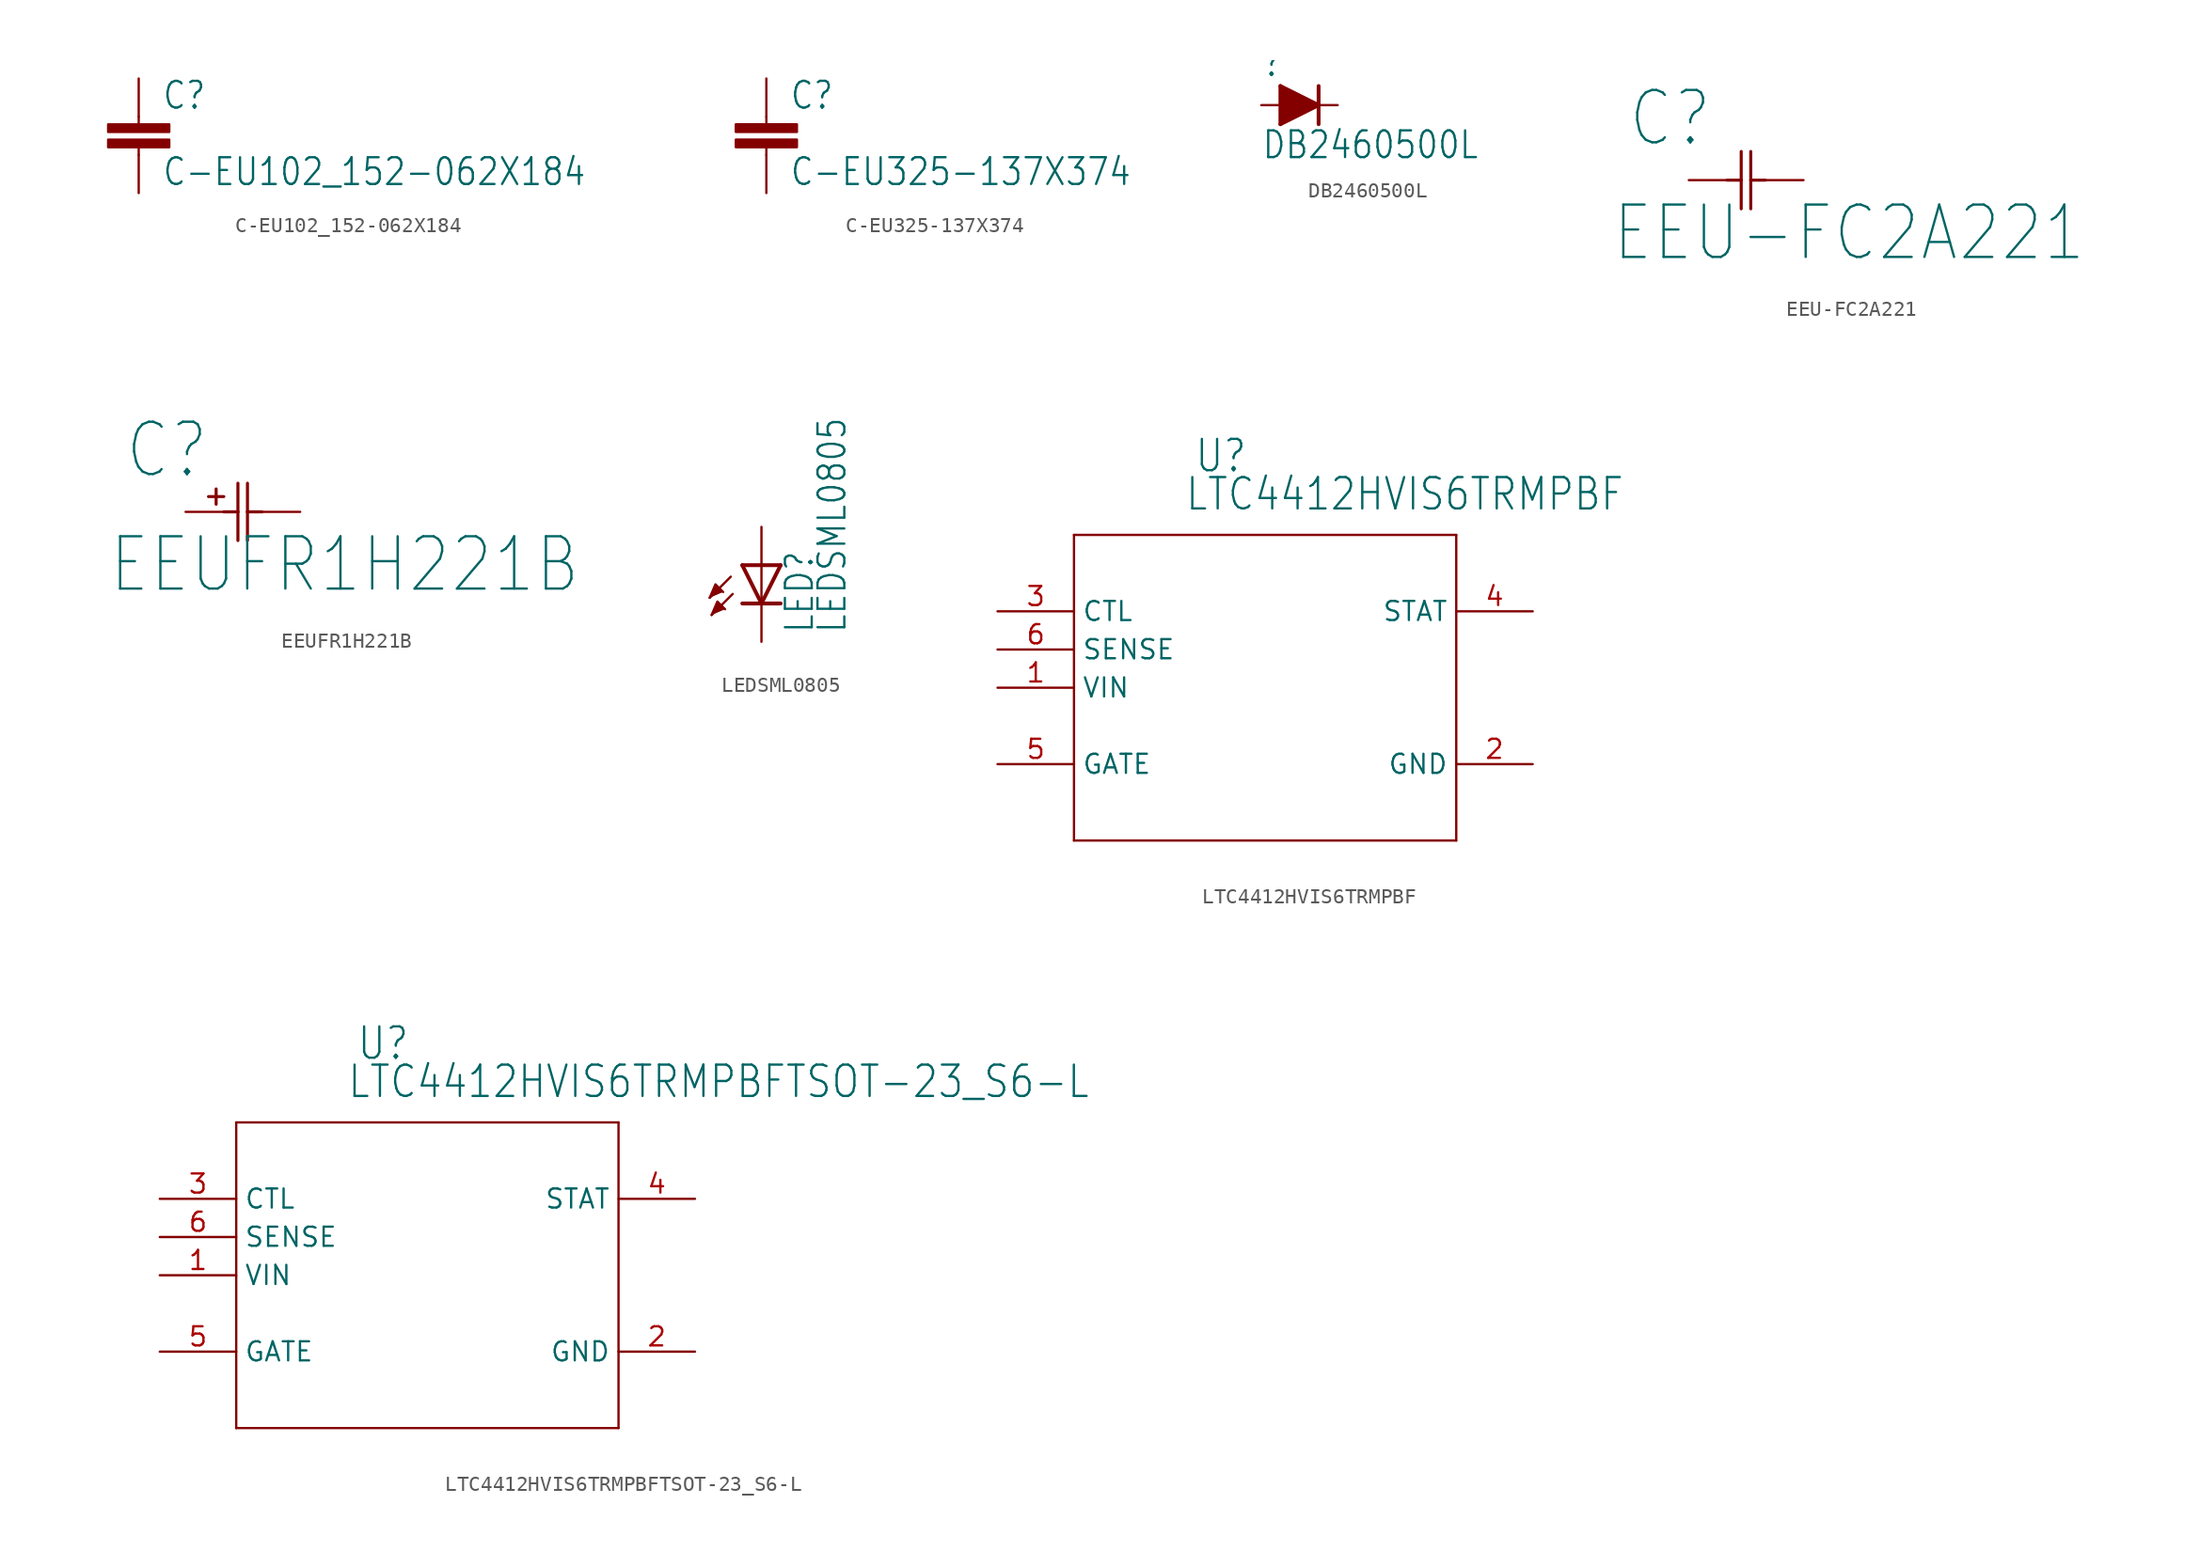
<source format=kicad_sym>
(kicad_symbol_lib
  (version 20211014)
  (generator kicad_symbol_editor)
  (symbol "C-EU102_152-062X184"
    (property "Reference" "C"
      (at 1.524 0.381 0)
      (effects (font (size 1.778 1.511)) (justify left bottom)))
    (property "Value" "C-EU102_152-062X184"
      (at 1.524 -4.699 0)
      (effects (font (size 1.778 1.511)) (justify left bottom)))
    (property "ki_locked" ""
      (at 0 0 0)
      (effects (font (size 1.27 1.27))))
    (symbol "C-EU102_152-062X184_1_0"
      (rectangle (start -2.032 -2.032) (end 2.032 -1.524) (stroke (width 0) (type default) (color 0 0 0 0)) (fill (type outline)))
      (rectangle (start -2.032 -1.016) (end 2.032 -0.508) (stroke (width 0) (type default) (color 0 0 0 0)) (fill (type outline)))
      (polyline (pts (xy 0 -2.54) (xy 0 -2.032)) (stroke (width 0.152) (type default) (color 0 0 0 0)) (fill (type none)))
      (polyline (pts (xy 0 0) (xy 0 -0.508)) (stroke (width 0.152) (type default) (color 0 0 0 0)) (fill (type none)))
      (pin passive line (at 0 2.54 270) (length 2.54) (name "1" (effects (font (size 0 0)))) (number "1" (effects (font (size 0 0)))))
      (pin passive line (at 0 -5.08 90) (length 2.54) (name "2" (effects (font (size 0 0)))) (number "2" (effects (font (size 0 0)))))))
  (symbol "C-EU325-137X374"
    (property "Reference" "C"
      (at 1.524 0.381 0)
      (effects (font (size 1.778 1.511)) (justify left bottom)))
    (property "Value" "C-EU325-137X374"
      (at 1.524 -4.699 0)
      (effects (font (size 1.778 1.511)) (justify left bottom)))
    (property "ki_locked" ""
      (at 0 0 0)
      (effects (font (size 1.27 1.27))))
    (symbol "C-EU325-137X374_1_0"
      (rectangle (start -2.032 -2.032) (end 2.032 -1.524) (stroke (width 0) (type default) (color 0 0 0 0)) (fill (type outline)))
      (rectangle (start -2.032 -1.016) (end 2.032 -0.508) (stroke (width 0) (type default) (color 0 0 0 0)) (fill (type outline)))
      (polyline (pts (xy 0 -2.54) (xy 0 -2.032)) (stroke (width 0.152) (type default) (color 0 0 0 0)) (fill (type none)))
      (polyline (pts (xy 0 0) (xy 0 -0.508)) (stroke (width 0.152) (type default) (color 0 0 0 0)) (fill (type none)))
      (pin passive line (at 0 2.54 270) (length 2.54) (name "1" (effects (font (size 0 0)))) (number "1" (effects (font (size 0 0)))))
      (pin passive line (at 0 -5.08 90) (length 2.54) (name "2" (effects (font (size 0 0)))) (number "2" (effects (font (size 0 0)))))))
  (symbol "DB2460500L"
    (property "Reference" ""
      (at -2.54 1.778 0)
      (effects (font (size 1.778 1.511)) (justify left bottom)))
    (property "Value" "DB2460500L"
      (at -2.54 -3.683 0)
      (effects (font (size 1.778 1.511)) (justify left bottom)))
    (property "ki_locked" ""
      (at 0 0 0)
      (effects (font (size 1.27 1.27))))
    (symbol "DB2460500L_1_0"
      (polyline (pts (xy -1.27 -1.27) (xy 1.27 0)) (stroke (width 0.254) (type default) (color 0 0 0 0)) (fill (type none)))
      (polyline (pts (xy -1.27 1.27) (xy -1.27 -1.27)) (stroke (width 0.254) (type default) (color 0 0 0 0)) (fill (type none)))
      (polyline (pts (xy -1.016 -0.889) (xy 0.254 -0.127)) (stroke (width 0.61) (type default) (color 0 0 0 0)) (fill (type none)))
      (polyline (pts (xy -1.016 0.889) (xy -1.016 -0.889)) (stroke (width 0.61) (type default) (color 0 0 0 0)) (fill (type none)))
      (polyline (pts (xy -0.635 0.254) (xy -0.635 -0.254)) (stroke (width 0.61) (type default) (color 0 0 0 0)) (fill (type none)))
      (polyline (pts (xy 0.254 -0.127) (xy -0.635 0.254)) (stroke (width 0.61) (type default) (color 0 0 0 0)) (fill (type none)))
      (polyline (pts (xy 0.635 0) (xy -1.016 0.889)) (stroke (width 0.61) (type default) (color 0 0 0 0)) (fill (type none)))
      (polyline (pts (xy 1.27 0) (xy -1.27 1.27)) (stroke (width 0.254) (type default) (color 0 0 0 0)) (fill (type none)))
      (polyline (pts (xy 1.27 0) (xy 1.27 -1.27)) (stroke (width 0.254) (type default) (color 0 0 0 0)) (fill (type none)))
      (polyline (pts (xy 1.27 1.27) (xy 1.27 0)) (stroke (width 0.254) (type default) (color 0 0 0 0)) (fill (type none)))
      (pin passive line (at -2.54 0 0) (length 2.54) (name "A" (effects (font (size 0 0)))) (number "A" (effects (font (size 0 0)))))
      (pin passive line (at 2.54 0 180) (length 2.54) (name "C" (effects (font (size 0 0)))) (number "C" (effects (font (size 0 0)))))))
  (symbol "EEU-FC2A221"
    (property "Reference" "C"
      (at -4.089 2.083 0)
      (effects (font (size 3.48 2.958)) (justify left bottom)))
    (property "Value" "EEU-FC2A221"
      (at -5.156 -5.537 0)
      (effects (font (size 3.48 2.958)) (justify left bottom)))
    (property "ki_locked" ""
      (at 0 0 0)
      (effects (font (size 1.27 1.27))))
    (symbol "EEU-FC2A221_1_0"
      (polyline (pts (xy 2.54 0) (xy 3.48 0)) (stroke (width 0.203) (type default) (color 0 0 0 0)) (fill (type none)))
      (polyline (pts (xy 3.48 -1.905) (xy 3.48 0)) (stroke (width 0.203) (type default) (color 0 0 0 0)) (fill (type none)))
      (polyline (pts (xy 3.48 0) (xy 3.48 1.905)) (stroke (width 0.203) (type default) (color 0 0 0 0)) (fill (type none)))
      (polyline (pts (xy 4.115 -1.905) (xy 4.115 0)) (stroke (width 0.203) (type default) (color 0 0 0 0)) (fill (type none)))
      (polyline (pts (xy 4.115 0) (xy 4.115 1.905)) (stroke (width 0.203) (type default) (color 0 0 0 0)) (fill (type none)))
      (polyline (pts (xy 4.115 0) (xy 5.08 0)) (stroke (width 0.203) (type default) (color 0 0 0 0)) (fill (type none)))
      (pin passive line (at 0 0 0) (length 2.54) (name "11" (effects (font (size 0 0)))) (number "1" (effects (font (size 0 0)))))
      (pin passive line (at 7.62 0 180) (length 2.54) (name "22" (effects (font (size 0 0)))) (number "2" (effects (font (size 0 0)))))))
  (symbol "EEUFR1H221B"
    (property "Reference" "C"
      (at -4.089 2.083 0)
      (effects (font (size 3.48 2.958)) (justify left bottom)))
    (property "Value" "EEUFR1H221B"
      (at -5.156 -5.537 0)
      (effects (font (size 3.48 2.958)) (justify left bottom)))
    (property "ki_locked" ""
      (at 0 0 0)
      (effects (font (size 1.27 1.27))))
    (symbol "EEUFR1H221B_1_0"
      (polyline (pts (xy 1.524 1.016) (xy 2.54 1.016)) (stroke (width 0.203) (type default) (color 0 0 0 0)) (fill (type none)))
      (polyline (pts (xy 2.032 0.508) (xy 2.032 1.524)) (stroke (width 0.203) (type default) (color 0 0 0 0)) (fill (type none)))
      (polyline (pts (xy 2.54 0) (xy 3.48 0)) (stroke (width 0.203) (type default) (color 0 0 0 0)) (fill (type none)))
      (polyline (pts (xy 3.48 -1.905) (xy 3.48 0)) (stroke (width 0.203) (type default) (color 0 0 0 0)) (fill (type none)))
      (polyline (pts (xy 3.48 0) (xy 3.48 1.905)) (stroke (width 0.203) (type default) (color 0 0 0 0)) (fill (type none)))
      (polyline (pts (xy 4.115 -1.905) (xy 4.115 0)) (stroke (width 0.203) (type default) (color 0 0 0 0)) (fill (type none)))
      (polyline (pts (xy 4.115 0) (xy 4.115 1.905)) (stroke (width 0.203) (type default) (color 0 0 0 0)) (fill (type none)))
      (polyline (pts (xy 4.115 0) (xy 5.08 0)) (stroke (width 0.203) (type default) (color 0 0 0 0)) (fill (type none)))
      (pin passive line (at 0 0 0) (length 2.54) (name "11" (effects (font (size 0 0)))) (number "1" (effects (font (size 0 0)))))
      (pin passive line (at 7.62 0 180) (length 2.54) (name "22" (effects (font (size 0 0)))) (number "2" (effects (font (size 0 0)))))))
  (symbol "LEDSML0805"
    (property "Reference" "LED"
      (at 3.556 -4.572 90)
      (effects (font (size 1.778 1.511)) (justify left bottom)))
    (property "Value" "LEDSML0805"
      (at 5.715 -4.572 90)
      (effects (font (size 1.778 1.511)) (justify left bottom)))
    (property "ki_locked" ""
      (at 0 0 0)
      (effects (font (size 1.27 1.27))))
    (symbol "LEDSML0805_1_0"
      (polyline (pts (xy -2.032 -0.762) (xy -3.429 -2.159)) (stroke (width 0.152) (type default) (color 0 0 0 0)) (fill (type none)))
      (polyline (pts (xy -1.905 -1.905) (xy -3.302 -3.302)) (stroke (width 0.152) (type default) (color 0 0 0 0)) (fill (type none)))
      (polyline (pts (xy 0 -2.54) (xy -1.27 -2.54)) (stroke (width 0.254) (type default) (color 0 0 0 0)) (fill (type none)))
      (polyline (pts (xy 0 -2.54) (xy -1.27 0)) (stroke (width 0.254) (type default) (color 0 0 0 0)) (fill (type none)))
      (polyline (pts (xy 0 0) (xy -1.27 0)) (stroke (width 0.254) (type default) (color 0 0 0 0)) (fill (type none)))
      (polyline (pts (xy 0 0) (xy 0 -2.54)) (stroke (width 0.152) (type default) (color 0 0 0 0)) (fill (type none)))
      (polyline (pts (xy 1.27 -2.54) (xy 0 -2.54)) (stroke (width 0.254) (type default) (color 0 0 0 0)) (fill (type none)))
      (polyline (pts (xy 1.27 0) (xy 0 -2.54)) (stroke (width 0.254) (type default) (color 0 0 0 0)) (fill (type none)))
      (polyline (pts (xy 1.27 0) (xy 0 0)) (stroke (width 0.254) (type default) (color 0 0 0 0)) (fill (type none)))
      (polyline (pts (xy -3.429 -2.159) (xy -3.048 -1.27) (xy -2.54 -1.778)) (stroke (width 0) (type default) (color 0 0 0 0)) (fill (type outline)))
      (polyline (pts (xy -3.302 -3.302) (xy -2.921 -2.413) (xy -2.413 -2.921)) (stroke (width 0) (type default) (color 0 0 0 0)) (fill (type outline)))
      (pin passive line (at 0 2.54 270) (length 2.54) (name "A" (effects (font (size 0 0)))) (number "A" (effects (font (size 0 0)))))
      (pin passive line (at 0 -5.08 90) (length 2.54) (name "C" (effects (font (size 0 0)))) (number "C" (effects (font (size 0 0)))))))
  (symbol "LTC4412HVIS6TRMPBF"
    (property "Reference" "U"
      (at 15.596 9.119 0)
      (effects (font (size 2.083 1.77)) (justify left bottom)))
    (property "Value" "LTC4412HVIS6TRMPBF"
      (at 14.961 6.579 0)
      (effects (font (size 2.083 1.77)) (justify left bottom)))
    (property "ki_locked" ""
      (at 0 0 0)
      (effects (font (size 1.27 1.27))))
    (symbol "LTC4412HVIS6TRMPBF_1_0"
      (polyline (pts (xy 7.62 -15.24) (xy 33.02 -15.24)) (stroke (width 0.152) (type default) (color 0 0 0 0)) (fill (type none)))
      (polyline (pts (xy 7.62 5.08) (xy 7.62 -15.24)) (stroke (width 0.152) (type default) (color 0 0 0 0)) (fill (type none)))
      (polyline (pts (xy 33.02 -15.24) (xy 33.02 5.08)) (stroke (width 0.152) (type default) (color 0 0 0 0)) (fill (type none)))
      (polyline (pts (xy 33.02 5.08) (xy 7.62 5.08)) (stroke (width 0.152) (type default) (color 0 0 0 0)) (fill (type none)))
      (pin input line (at 2.54 -5.08 0) (length 5.08) (name "VIN" (effects (font (size 1.27 1.27)))) (number "1" (effects (font (size 1.27 1.27)))))
      (pin power_in line (at 38.1 -10.16 180) (length 5.08) (name "GND" (effects (font (size 1.27 1.27)))) (number "2" (effects (font (size 1.27 1.27)))))
      (pin input line (at 2.54 0 0) (length 5.08) (name "CTL" (effects (font (size 1.27 1.27)))) (number "3" (effects (font (size 1.27 1.27)))))
      (pin output line (at 38.1 0 180) (length 5.08) (name "STAT" (effects (font (size 1.27 1.27)))) (number "4" (effects (font (size 1.27 1.27)))))
      (pin passive line (at 2.54 -10.16 0) (length 5.08) (name "GATE" (effects (font (size 1.27 1.27)))) (number "5" (effects (font (size 1.27 1.27)))))
      (pin input line (at 2.54 -2.54 0) (length 5.08) (name "SENSE" (effects (font (size 1.27 1.27)))) (number "6" (effects (font (size 1.27 1.27)))))))
  (symbol "LTC4412HVIS6TRMPBFTSOT-23_S6-L"
    (property "Reference" "U"
      (at 15.596 9.119 0)
      (effects (font (size 2.083 1.77)) (justify left bottom)))
    (property "Value" "LTC4412HVIS6TRMPBFTSOT-23_S6-L"
      (at 14.961 6.579 0)
      (effects (font (size 2.083 1.77)) (justify left bottom)))
    (property "ki_locked" ""
      (at 0 0 0)
      (effects (font (size 1.27 1.27))))
    (symbol "LTC4412HVIS6TRMPBFTSOT-23_S6-L_1_0"
      (polyline (pts (xy 7.62 -15.24) (xy 33.02 -15.24)) (stroke (width 0.152) (type default) (color 0 0 0 0)) (fill (type none)))
      (polyline (pts (xy 7.62 5.08) (xy 7.62 -15.24)) (stroke (width 0.152) (type default) (color 0 0 0 0)) (fill (type none)))
      (polyline (pts (xy 33.02 -15.24) (xy 33.02 5.08)) (stroke (width 0.152) (type default) (color 0 0 0 0)) (fill (type none)))
      (polyline (pts (xy 33.02 5.08) (xy 7.62 5.08)) (stroke (width 0.152) (type default) (color 0 0 0 0)) (fill (type none)))
      (pin input line (at 2.54 -5.08 0) (length 5.08) (name "VIN" (effects (font (size 1.27 1.27)))) (number "1" (effects (font (size 1.27 1.27)))))
      (pin power_in line (at 38.1 -10.16 180) (length 5.08) (name "GND" (effects (font (size 1.27 1.27)))) (number "2" (effects (font (size 1.27 1.27)))))
      (pin input line (at 2.54 0 0) (length 5.08) (name "CTL" (effects (font (size 1.27 1.27)))) (number "3" (effects (font (size 1.27 1.27)))))
      (pin output line (at 38.1 0 180) (length 5.08) (name "STAT" (effects (font (size 1.27 1.27)))) (number "4" (effects (font (size 1.27 1.27)))))
      (pin passive line (at 2.54 -10.16 0) (length 5.08) (name "GATE" (effects (font (size 1.27 1.27)))) (number "5" (effects (font (size 1.27 1.27)))))
      (pin input line (at 2.54 -2.54 0) (length 5.08) (name "SENSE" (effects (font (size 1.27 1.27)))) (number "6" (effects (font (size 1.27 1.27))))))))
</source>
